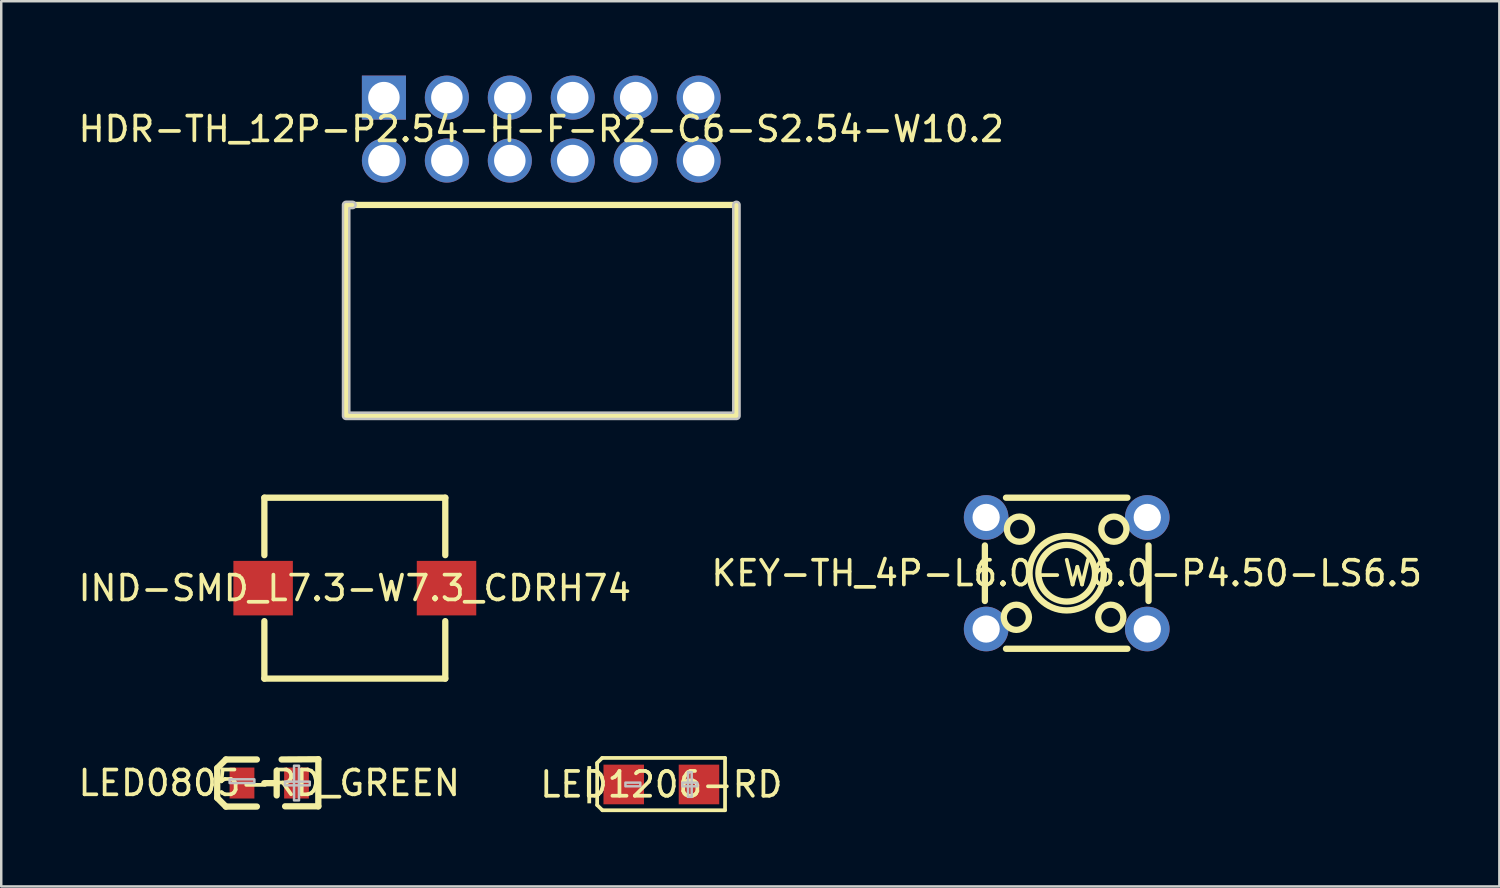
<source format=kicad_pcb>
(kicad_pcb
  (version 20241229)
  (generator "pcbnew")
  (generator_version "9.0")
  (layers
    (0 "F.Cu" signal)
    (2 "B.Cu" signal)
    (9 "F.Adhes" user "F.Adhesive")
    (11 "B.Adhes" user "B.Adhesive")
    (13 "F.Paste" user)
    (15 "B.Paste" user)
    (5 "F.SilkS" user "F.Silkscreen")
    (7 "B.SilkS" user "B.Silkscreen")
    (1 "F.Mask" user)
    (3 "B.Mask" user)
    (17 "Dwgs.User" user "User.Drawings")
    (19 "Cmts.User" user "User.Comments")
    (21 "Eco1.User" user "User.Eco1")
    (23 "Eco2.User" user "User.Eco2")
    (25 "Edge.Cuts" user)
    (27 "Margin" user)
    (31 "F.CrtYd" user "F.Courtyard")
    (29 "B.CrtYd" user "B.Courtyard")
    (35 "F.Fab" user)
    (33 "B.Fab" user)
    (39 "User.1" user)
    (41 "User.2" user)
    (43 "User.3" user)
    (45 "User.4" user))
  (footprint "HDR-TH_12P-P2.54-H-F-R2-C6-S2.54-W10.2"
    (layer "F.Cu")
    (at 18.792 2.159)
    (property "Reference" "HDR-TH_12P-P2.54-H-F-R2-C6-S2.54-W10.2" (at 0 0 0) (layer "F.SilkS") (effects (font (size 1 1) (thickness 0.15))))
    (fp_line (start -7.874 3.061) (end -7.62 3.061) (stroke (width 0.254) (type default)) (layer "F.SilkS"))
    (fp_line (start -7.874 11.57) (end -7.874 3.061) (stroke (width 0.254) (type default)) (layer "F.SilkS"))
    (fp_line (start 7.874 3.061) (end -7.62 3.061) (stroke (width 0.254) (type default)) (layer "F.SilkS"))
    (fp_line (start 7.874 3.061) (end 7.874 11.57) (stroke (width 0.254) (type default)) (layer "F.SilkS"))
    (fp_line (start 7.874 11.57) (end -7.874 11.57) (stroke (width 0.254) (type default)) (layer "F.SilkS"))
    (fp_poly (pts (arc (start 7.747 3.061) (mid 7.874 2.934) (end 8.001 3.061)) (arc (start 8.001 11.57) (mid 7.963803 11.659803) (end 7.874 11.697)) (arc (start -7.874 11.697) (mid -7.963803 11.659803) (end -8.001 11.57)) (arc (start -8.001 3.061) (mid -7.963803 2.971197) (end -7.874 2.934)) (arc (start -7.62 2.934) (mid -7.493 3.061) (end -7.62 3.188)) (xy -7.747 3.188) (xy -7.747 11.443) (xy 7.747 11.443)) (stroke (width 0.1) (type default)) (fill no) (layer "Dwgs.User"))
    (fp_poly (pts (xy -6.67 -1.47) (xy -6.03 -1.47) (xy -6.03 -1.07) (xy -6.67 -1.07)) (stroke (width 0.1) (type default)) (fill no) (layer "User.1"))
    (fp_poly (pts (xy -6.67 1.07) (xy -6.03 1.07) (xy -6.03 1.47) (xy -6.67 1.47)) (stroke (width 0.1) (type default)) (fill no) (layer "User.1"))
    (fp_poly (pts (xy -6.03 -1.47) (xy -6.67 -1.47) (xy -6.67 3.11) (xy -6.03 3.11)) (stroke (width 0.1) (type default)) (fill no) (layer "User.1"))
    (fp_poly (pts (xy -4.13 -1.47) (xy -3.49 -1.47) (xy -3.49 -1.07) (xy -4.13 -1.07)) (stroke (width 0.1) (type default)) (fill no) (layer "User.1"))
    (fp_poly (pts (xy -4.13 1.07) (xy -3.49 1.07) (xy -3.49 1.47) (xy -4.13 1.47)) (stroke (width 0.1) (type default)) (fill no) (layer "User.1"))
    (fp_poly (pts (xy -3.49 -1.47) (xy -4.13 -1.47) (xy -4.13 3.11) (xy -3.49 3.11)) (stroke (width 0.1) (type default)) (fill no) (layer "User.1"))
    (fp_poly (pts (xy -1.59 -1.47) (xy -0.95 -1.47) (xy -0.95 -1.07) (xy -1.59 -1.07)) (stroke (width 0.1) (type default)) (fill no) (layer "User.1"))
    (fp_poly (pts (xy -1.59 1.07) (xy -0.95 1.07) (xy -0.95 1.47) (xy -1.59 1.47)) (stroke (width 0.1) (type default)) (fill no) (layer "User.1"))
    (fp_poly (pts (xy -0.95 -1.47) (xy -1.59 -1.47) (xy -1.59 3.11) (xy -0.95 3.11)) (stroke (width 0.1) (type default)) (fill no) (layer "User.1"))
    (fp_poly (pts (xy 0.95 -1.47) (xy 1.59 -1.47) (xy 1.59 -1.07) (xy 0.95 -1.07)) (stroke (width 0.1) (type default)) (fill no) (layer "User.1"))
    (fp_poly (pts (xy 0.95 1.07) (xy 1.59 1.07) (xy 1.59 1.47) (xy 0.95 1.47)) (stroke (width 0.1) (type default)) (fill no) (layer "User.1"))
    (fp_poly (pts (xy 1.59 -1.47) (xy 0.95 -1.47) (xy 0.95 3.11) (xy 1.59 3.11)) (stroke (width 0.1) (type default)) (fill no) (layer "User.1"))
    (fp_poly (pts (xy 3.49 -1.47) (xy 4.13 -1.47) (xy 4.13 -1.07) (xy 3.49 -1.07)) (stroke (width 0.1) (type default)) (fill no) (layer "User.1"))
    (fp_poly (pts (xy 3.49 1.07) (xy 4.13 1.07) (xy 4.13 1.47) (xy 3.49 1.47)) (stroke (width 0.1) (type default)) (fill no) (layer "User.1"))
    (fp_poly (pts (xy 4.13 -1.47) (xy 3.49 -1.47) (xy 3.49 3.11) (xy 4.13 3.11)) (stroke (width 0.1) (type default)) (fill no) (layer "User.1"))
    (fp_poly (pts (xy 6.03 -1.47) (xy 6.67 -1.47) (xy 6.67 -1.07) (xy 6.03 -1.07)) (stroke (width 0.1) (type default)) (fill no) (layer "User.1"))
    (fp_poly (pts (xy 6.03 1.07) (xy 6.67 1.07) (xy 6.67 1.47) (xy 6.03 1.47)) (stroke (width 0.1) (type default)) (fill no) (layer "User.1"))
    (fp_poly (pts (xy 6.67 -1.47) (xy 6.03 -1.47) (xy 6.03 3.11) (xy 6.67 3.11)) (stroke (width 0.1) (type default)) (fill no) (layer "User.1"))
    (fp_line (start -7.87 3.07) (end 7.87 3.07) (stroke (width 0.051) (type default)) (layer "User.2"))
    (fp_line (start -7.87 11.57) (end -7.87 3.07) (stroke (width 0.051) (type default)) (layer "User.2"))
    (fp_line (start 7.87 3.07) (end 7.87 11.57) (stroke (width 0.051) (type default)) (layer "User.2"))
    (fp_line (start 7.87 11.57) (end -7.87 11.57) (stroke (width 0.051) (type default)) (layer "User.2"))
    (fp_poly (pts (xy -7.815 -1.493) (xy -7.847 -1.525) (xy -7.893 -1.525) (xy -7.925 -1.493) (xy -7.925 -1.447) (xy -7.893 -1.415) (xy -7.847 -1.415) (xy -7.815 -1.447)) (stroke (width 0.1) (type default)) (fill no) (layer "User.3"))
    (pad "1" thru_hole rect (at -6.35 -1.27) (size 1.778 1.778) (drill 1.27) (layers "*.Cu" "*.Mask"))
    (pad "2" thru_hole circle (at -6.35 1.27) (size 1.778 1.778) (drill 1.27) (layers "*.Cu" "*.Mask"))
    (pad "3" thru_hole circle (at -3.81 -1.27) (size 1.778 1.778) (drill 1.27) (layers "*.Cu" "*.Mask"))
    (pad "4" thru_hole circle (at -3.81 1.27) (size 1.778 1.778) (drill 1.27) (layers "*.Cu" "*.Mask"))
    (pad "5" thru_hole circle (at -1.27 -1.27) (size 1.778 1.778) (drill 1.27) (layers "*.Cu" "*.Mask"))
    (pad "6" thru_hole circle (at -1.27 1.27) (size 1.778 1.778) (drill 1.27) (layers "*.Cu" "*.Mask"))
    (pad "7" thru_hole circle (at 1.27 -1.27) (size 1.778 1.778) (drill 1.27) (layers "*.Cu" "*.Mask"))
    (pad "8" thru_hole circle (at 1.27 1.27) (size 1.778 1.778) (drill 1.27) (layers "*.Cu" "*.Mask"))
    (pad "9" thru_hole circle (at 3.81 -1.27) (size 1.778 1.778) (drill 1.27) (layers "*.Cu" "*.Mask"))
    (pad "10" thru_hole circle (at 3.81 1.27) (size 1.778 1.778) (drill 1.27) (layers "*.Cu" "*.Mask"))
    (pad "11" thru_hole circle (at 6.35 -1.27) (size 1.778 1.778) (drill 1.27) (layers "*.Cu" "*.Mask"))
    (pad "12" thru_hole circle (at 6.35 1.27) (size 1.778 1.778) (drill 1.27) (layers "*.Cu" "*.Mask")))
  (footprint "LED0805-RD_GREEN"
    (layer "F.Cu")
    (at 7.815 28.547)
    (property "Reference" "LED0805-RD_GREEN" (at 0 0 0) (layer "F.SilkS") (effects (font (size 1 1) (thickness 0.15))))
    (fp_line (start -2.1 -0.6) (end -2.1 0.6) (stroke (width 0.254) (type default)) (layer "F.SilkS"))
    (fp_line (start -1.75 -0.95) (end -2.1 -0.6) (stroke (width 0.254) (type default)) (layer "F.SilkS"))
    (fp_line (start -1.75 0.95) (end -2.1 0.6) (stroke (width 0.254) (type default)) (layer "F.SilkS"))
    (fp_line (start -0.5 -0.95) (end -1.75 -0.95) (stroke (width 0.254) (type default)) (layer "F.SilkS"))
    (fp_line (start -0.5 0.95) (end -1.75 0.95) (stroke (width 0.254) (type default)) (layer "F.SilkS"))
    (fp_line (start 0.3 -0.5) (end 0.3 0.5) (stroke (width 0.254) (type default)) (layer "F.SilkS"))
    (fp_line (start 0.3 0.005) (end -0.2 0.005) (stroke (width 0.254) (type default)) (layer "F.SilkS"))
    (fp_line (start 0.5 -0.95) (end 1.98 -0.96) (stroke (width 0.254) (type default)) (layer "F.SilkS"))
    (fp_line (start 0.64 0.94) (end 1.98 0.94) (stroke (width 0.254) (type default)) (layer "F.SilkS"))
    (fp_line (start 1.98 -0.96) (end 1.98 0.94) (stroke (width 0.254) (type default)) (layer "F.SilkS"))
    (fp_poly (pts (xy -1.6 0) (xy -0.6 0) (xy -0.6 -0.15) (xy -1.6 -0.15)) (stroke (width 0.1) (type default)) (fill no) (layer "Dwgs.User"))
    (fp_poly (pts (xy 0.634 0.094) (xy 1.635 0.094) (xy 1.635 -0.056) (xy 0.634 -0.056)) (stroke (width 0.1) (type default)) (fill no) (layer "Dwgs.User"))
    (fp_poly (pts (xy 1 -0.7) (xy 1.2 -0.7) (xy 1.2 0.7) (xy 1 0.7)) (stroke (width 0.1) (type default)) (fill no) (layer "Dwgs.User"))
    (fp_poly (pts (xy -0.65 0.625) (xy -1 0.625) (xy -1 -0.625) (xy -0.65 -0.625)) (stroke (width 0.1) (type default)) (fill no) (layer "User.1"))
    (fp_poly (pts (xy 1 0.625) (xy 0.65 0.625) (xy 0.65 -0.625) (xy 1 -0.625)) (stroke (width 0.1) (type default)) (fill no) (layer "User.1"))
    (fp_line (start -1 -0.625) (end 1 -0.625) (stroke (width 0.051) (type default)) (layer "User.2"))
    (fp_line (start -1 0.625) (end -1 -0.625) (stroke (width 0.051) (type default)) (layer "User.2"))
    (fp_line (start 1 -0.625) (end 1 0.625) (stroke (width 0.051) (type default)) (layer "User.2"))
    (fp_line (start 1 0.625) (end -1 0.625) (stroke (width 0.051) (type default)) (layer "User.2"))
    (fp_poly (pts (xy -0.945 -0.648) (xy -0.977 -0.68) (xy -1.023 -0.68) (xy -1.055 -0.648) (xy -1.055 -0.602) (xy -1.023 -0.57) (xy -0.977 -0.57) (xy -0.945 -0.602)) (stroke (width 0.1) (type default)) (fill no) (layer "User.3"))
    (pad "1" smd rect (at -1.1 0 180) (size 1 1.25) (layers "F.Cu" "F.Mask" "F.Paste"))
    (pad "2" smd rect (at 1.1 0 180) (size 1 1.25) (layers "F.Cu" "F.Mask" "F.Paste")))
  (footprint "KEY-TH_4P-L6.0-W6.0-P4.50-LS6.5"
    (layer "F.Cu")
    (at 39.994 20.081)
    (property "Reference" "KEY-TH_4P-L6.0-W6.0-P4.50-LS6.5" (at 0 0 0) (layer "F.SilkS") (effects (font (size 1 1) (thickness 0.15))))
    (fp_line (start -3.302 -1.121) (end -3.302 1.121) (stroke (width 0.254) (type default)) (layer "F.SilkS"))
    (fp_line (start -2.45 -3.048) (end 2.45 -3.048) (stroke (width 0.254) (type default)) (layer "F.SilkS"))
    (fp_line (start -2.45 3.048) (end 2.45 3.048) (stroke (width 0.254) (type default)) (layer "F.SilkS"))
    (fp_line (start 3.302 -1.121) (end 3.302 1.121) (stroke (width 0.254) (type default)) (layer "F.SilkS"))
    (fp_circle (center -2.032 1.778) (end -1.524 1.778) (stroke (width 0.254) (type default)) (fill no) (layer "F.SilkS"))
    (fp_circle (center -1.905 -1.778) (end -1.397 -1.778) (stroke (width 0.254) (type default)) (fill no) (layer "F.SilkS"))
    (fp_circle (center 0 0) (end 1.143 0) (stroke (width 0.254) (type default)) (fill no) (layer "F.SilkS"))
    (fp_circle (center 0 0) (end 1.501 0) (stroke (width 0.254) (type default)) (fill no) (layer "F.SilkS"))
    (fp_circle (center 1.778 1.778) (end 2.286 1.778) (stroke (width 0.254) (type default)) (fill no) (layer "F.SilkS"))
    (fp_circle (center 1.905 -1.778) (end 2.413 -1.778) (stroke (width 0.254) (type default)) (fill no) (layer "F.SilkS"))
    (fp_poly (pts (xy -3.401 -2.6) (xy -3.101 -2.6) (xy -3.101 -1.901) (xy -3.401 -1.901)) (stroke (width 0.1) (type default)) (fill no) (layer "User.1"))
    (fp_poly (pts (xy -3.401 -1.9) (xy -3.401 -2.6) (xy -2.994 -2.6) (xy -2.994 -1.9)) (stroke (width 0.1) (type default)) (fill no) (layer "User.1"))
    (fp_poly (pts (xy -3.401 1.901) (xy -3.101 1.901) (xy -3.101 2.6) (xy -3.401 2.6)) (stroke (width 0.1) (type default)) (fill no) (layer "User.1"))
    (fp_poly (pts (xy -3.401 2.601) (xy -3.401 1.901) (xy -2.994 1.901) (xy -2.994 2.601)) (stroke (width 0.1) (type default)) (fill no) (layer "User.1"))
    (fp_poly (pts (xy 3.101 -2.6) (xy 3.401 -2.6) (xy 3.401 -1.901) (xy 3.101 -1.901)) (stroke (width 0.1) (type default)) (fill no) (layer "User.1"))
    (fp_poly (pts (xy 3.101 1.901) (xy 3.401 1.901) (xy 3.401 2.6) (xy 3.101 2.6)) (stroke (width 0.1) (type default)) (fill no) (layer "User.1"))
    (fp_poly (pts (xy 3.401 -2.601) (xy 3.401 -1.901) (xy 2.994 -1.901) (xy 2.994 -2.601)) (stroke (width 0.1) (type default)) (fill no) (layer "User.1"))
    (fp_poly (pts (xy 3.401 1.9) (xy 3.401 2.6) (xy 2.994 2.6) (xy 2.994 1.9)) (stroke (width 0.1) (type default)) (fill no) (layer "User.1"))
    (fp_line (start -3 -3) (end 3 -3) (stroke (width 0.051) (type default)) (layer "User.2"))
    (fp_line (start -3 3) (end -3 -3) (stroke (width 0.051) (type default)) (layer "User.2"))
    (fp_line (start 3 -3) (end 3 3) (stroke (width 0.051) (type default)) (layer "User.2"))
    (fp_line (start 3 3) (end -3 3) (stroke (width 0.051) (type default)) (layer "User.2"))
    (fp_poly (pts (xy -3.346 2.977) (xy -3.378 2.945) (xy -3.424 2.945) (xy -3.456 2.977) (xy -3.456 3.023) (xy -3.424 3.055) (xy -3.378 3.055) (xy -3.346 3.023)) (stroke (width 0.1) (type default)) (fill no) (layer "User.3"))
    (pad "1" thru_hole circle (at -3.251 2.251) (size 1.8 1.8) (drill 1.1) (layers "*.Cu" "*.Mask"))
    (pad "2" thru_hole circle (at 3.251 2.251) (size 1.8 1.8) (drill 1.1) (layers "*.Cu" "*.Mask"))
    (pad "3" thru_hole circle (at 3.251 -2.251) (size 1.8 1.8) (drill 1.1) (layers "*.Cu" "*.Mask"))
    (pad "4" thru_hole circle (at -3.251 -2.251) (size 1.8 1.8) (drill 1.1) (layers "*.Cu" "*.Mask")))
  (footprint "IND-SMD_L7.3-W7.3_CDRH74"
    (layer "F.Cu")
    (at 11.268 20.683)
    (property "Reference" "IND-SMD_L7.3-W7.3_CDRH74" (at 0 0 0) (layer "F.SilkS") (effects (font (size 1 1) (thickness 0.15))))
    (fp_line (start -3.65 -3.65) (end 3.65 -3.65) (stroke (width 0.254) (type default)) (layer "F.SilkS"))
    (fp_line (start -3.65 -1.331) (end -3.65 -3.65) (stroke (width 0.254) (type default)) (layer "F.SilkS"))
    (fp_line (start -3.65 3.65) (end -3.65 1.331) (stroke (width 0.254) (type default)) (layer "F.SilkS"))
    (fp_line (start -3.65 3.65) (end 3.65 3.65) (stroke (width 0.254) (type default)) (layer "F.SilkS"))
    (fp_line (start 3.65 -3.65) (end 3.65 -1.331) (stroke (width 0.254) (type default)) (layer "F.SilkS"))
    (fp_line (start 3.65 1.331) (end 3.65 3.65) (stroke (width 0.254) (type default)) (layer "F.SilkS"))
    (fp_poly (pts (xy -3.65 -0.9) (xy -2.75 -0.9) (xy -2.75 0.9) (xy -3.65 0.9)) (stroke (width 0.1) (type default)) (fill no) (layer "User.1"))
    (fp_poly (pts (xy 2.75 -0.9) (xy 3.65 -0.9) (xy 3.65 0.9) (xy 2.75 0.9)) (stroke (width 0.1) (type default)) (fill no) (layer "User.1"))
    (fp_line (start -3.65 -3.65) (end 3.65 -3.65) (stroke (width 0.051) (type default)) (layer "User.2"))
    (fp_line (start -3.65 3.65) (end -3.65 -3.65) (stroke (width 0.051) (type default)) (layer "User.2"))
    (fp_line (start 3.65 -3.65) (end 3.65 3.65) (stroke (width 0.051) (type default)) (layer "User.2"))
    (fp_line (start 3.65 3.65) (end -3.65 3.65) (stroke (width 0.051) (type default)) (layer "User.2"))
    (fp_poly (pts (xy -3.595 3.627) (xy -3.627 3.595) (xy -3.673 3.595) (xy -3.705 3.627) (xy -3.705 3.673) (xy -3.673 3.705) (xy -3.627 3.705) (xy -3.595 3.673)) (stroke (width 0.1) (type default)) (fill no) (layer "User.3"))
    (pad "1" smd rect (at -3.7 0 90) (size 2.2 2.4) (layers "F.Cu" "F.Mask" "F.Paste"))
    (pad "2" smd rect (at 3.7 0 90) (size 2.2 2.4) (layers "F.Cu" "F.Mask" "F.Paste")))
  (footprint "LED1206-RD"
    (layer "F.Cu")
    (at 23.637 28.605)
    (property "Reference" "LED1206-RD" (at 0 0 0) (layer "F.SilkS") (effects (font (size 1 1) (thickness 0.15))))
    (fp_line (start -2.59 -0.87) (end -2.39 -1.07) (stroke (width 0.15) (type default)) (layer "F.SilkS"))
    (fp_line (start -2.59 -0.79) (end -2.59 -0.87) (stroke (width 0.15) (type default)) (layer "F.SilkS"))
    (fp_line (start -2.59 -0.79) (end -2.59 0.83) (stroke (width 0.15) (type default)) (layer "F.SilkS"))
    (fp_line (start -2.59 0.83) (end -2.38 1.04) (stroke (width 0.15) (type default)) (layer "F.SilkS"))
    (fp_line (start -2.39 -1.07) (end 2.57 -1.07) (stroke (width 0.15) (type default)) (layer "F.SilkS"))
    (fp_line (start 2.57 -1.07) (end 2.57 1.04) (stroke (width 0.15) (type default)) (layer "F.SilkS"))
    (fp_line (start 2.57 1.04) (end -2.38 1.04) (stroke (width 0.15) (type default)) (layer "F.SilkS"))
    (fp_poly (pts (xy -2.834 0.761) (xy -2.834 -0.741) (xy -2.986 -0.741) (xy -2.986 0.761)) (stroke (width 0) (type default)) (fill yes) (layer "F.SilkS"))
    (fp_poly (pts (xy -0.7 0.7) (xy -0.7 0.33) (xy -0.8 0.23) (xy -1.156 0.23) (xy -1.256 0.13) (xy -1.256 -0.13) (xy -1.156 -0.23) (xy -0.8 -0.23) (xy -0.7 -0.33) (xy -0.7 -0.7) (xy -0.8 -0.8) (xy -2.235 -0.8) (xy -2.335 -0.7) (xy -2.335 0.7) (xy -2.235 0.8) (xy -0.8 0.8)) (stroke (width 0) (type default)) (fill yes) (layer "F.Paste"))
    (fp_poly (pts (xy 0.7 -0.7) (xy 0.7 -0.33) (xy 0.8 -0.23) (xy 1.156 -0.23) (xy 1.256 -0.13) (xy 1.256 0.13) (xy 1.156 0.23) (xy 0.8 0.23) (xy 0.7 0.33) (xy 0.7 0.7) (xy 0.8 0.8) (xy 2.235 0.8) (xy 2.335 0.7) (xy 2.335 -0.7) (xy 2.235 -0.8) (xy 0.8 -0.8)) (stroke (width 0) (type default)) (fill yes) (layer "F.Paste"))
    (fp_poly (pts (xy -1.45 0.075) (xy -1.45 -0.075) (xy -0.85 -0.075) (xy -0.85 0.075)) (stroke (width 0.1) (type default)) (fill no) (layer "Dwgs.User"))
    (fp_poly (pts (xy 1.225 0.5) (xy 1.225 -0.5) (xy 1.075 -0.5) (xy 1.075 0.5)) (stroke (width 0.1) (type default)) (fill no) (layer "Dwgs.User"))
    (fp_poly (pts (xy 1.45 0.075) (xy 1.45 -0.075) (xy 0.85 -0.075) (xy 0.85 0.075)) (stroke (width 0.1) (type default)) (fill no) (layer "Dwgs.User"))
    (fp_poly (pts (xy -1.1 -0.7) (xy -1.1 0.7) (xy -1.6 0.7) (xy -1.6 -0.7)) (stroke (width 0.1) (type default)) (fill no) (layer "User.1"))
    (fp_poly (pts (xy 1.1 0.7) (xy 1.1 -0.7) (xy 1.6 -0.7) (xy 1.6 0.7)) (stroke (width 0.1) (type default)) (fill no) (layer "User.1"))
    (fp_line (start -1.6 -0.8) (end 1.6 -0.8) (stroke (width 0.051) (type default)) (layer "User.2"))
    (fp_line (start -1.6 0.8) (end -1.6 -0.8) (stroke (width 0.051) (type default)) (layer "User.2"))
    (fp_line (start 1.6 -0.8) (end 1.6 0.8) (stroke (width 0.051) (type default)) (layer "User.2"))
    (fp_line (start 1.6 0.8) (end -1.6 0.8) (stroke (width 0.051) (type default)) (layer "User.2"))
    (fp_poly (pts (xy -1.545 0.777) (xy -1.577 0.745) (xy -1.623 0.745) (xy -1.655 0.777) (xy -1.655 0.823) (xy -1.623 0.855) (xy -1.577 0.855) (xy -1.545 0.823)) (stroke (width 0.1) (type default)) (fill no) (layer "User.3"))
    (pad "1" smd rect (at -1.518 0) (size 1.635 1.6) (layers "F.Cu" "F.Mask" "F.Paste"))
    (pad "2" smd rect (at 1.518 0) (size 1.635 1.6) (layers "F.Cu" "F.Mask" "F.Paste")))
  (gr_rect
    (start -3 -3)
    (end 57.452 32.72)
    (stroke (width 0.1) (type default))
    (fill no)
    (layer "Edge.Cuts")))
</source>
